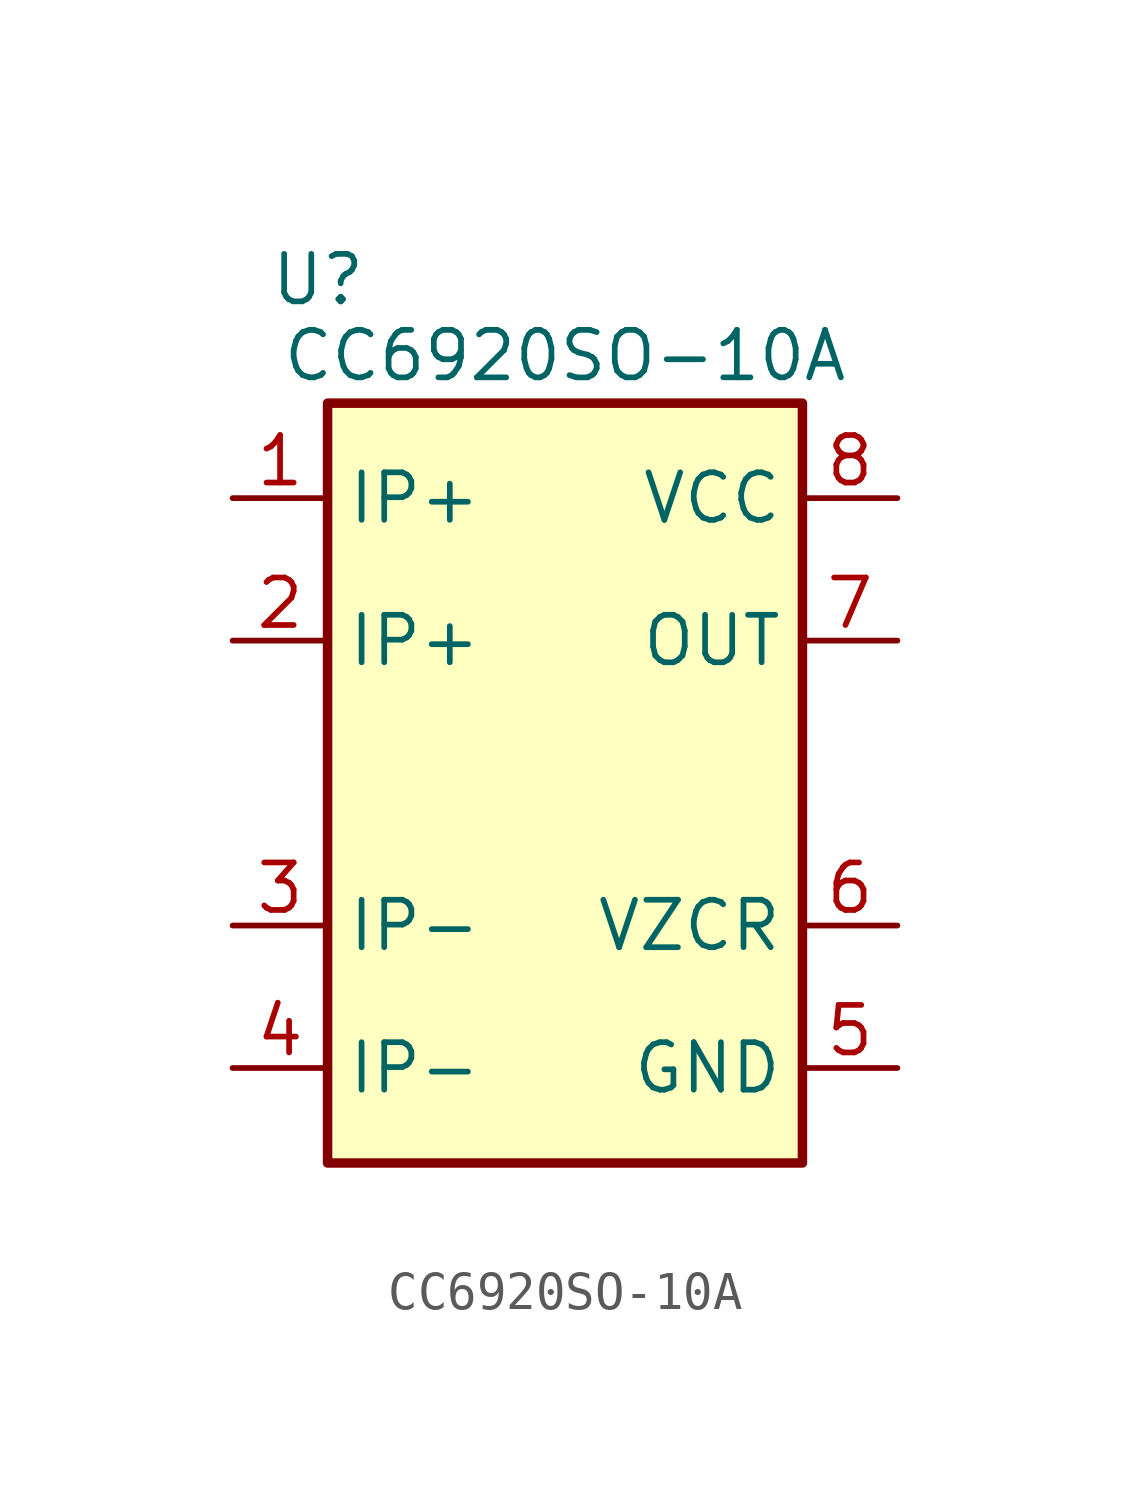
<source format=kicad_sym>
(kicad_symbol_lib
  (version 20241209)
  (generator "kicad_symbol_editor")
  (generator_version "9.0")
  (symbol "CC6920SO-10A"
    (property "Reference" "U"
      (at -6.35 12.7 0)
      (effects (font (size 1.27 1.27))))
    (property "Value" "CC6920SO-10A"
      (at 0.254 10.668 0)
      (effects (font (size 1.27 1.27))))
    (symbol "CC6920SO-10A_0_1"
      (rectangle (start -6.096 9.398) (end 6.604 -10.922) (stroke (width 0.254) (type default)) (fill (type background))))
    (symbol "CC6920SO-10A_1_1"
      (pin input line (at -8.636 6.858 0) (length 2.54) (name "IP+" (effects (font (size 1.27 1.27)))) (number "1" (effects (font (size 1.27 1.27)))))
      (pin input line (at -8.636 3.048 0) (length 2.54) (name "IP+" (effects (font (size 1.27 1.27)))) (number "2" (effects (font (size 1.27 1.27)))))
      (pin input line (at -8.636 -4.572 0) (length 2.54) (name "IP-" (effects (font (size 1.27 1.27)))) (number "3" (effects (font (size 1.27 1.27)))))
      (pin input line (at -8.636 -8.382 0) (length 2.54) (name "IP-" (effects (font (size 1.27 1.27)))) (number "4" (effects (font (size 1.27 1.27)))))
      (pin power_in line (at 9.144 6.858 180) (length 2.54) (name "VCC" (effects (font (size 1.27 1.27)))) (number "8" (effects (font (size 1.27 1.27)))))
      (pin output line (at 9.144 3.048 180) (length 2.54) (name "OUT" (effects (font (size 1.27 1.27)))) (number "7" (effects (font (size 1.27 1.27)))))
      (pin power_out line (at 9.144 -4.572 180) (length 2.54) (name "VZCR" (effects (font (size 1.27 1.27)))) (number "6" (effects (font (size 1.27 1.27)))))
      (pin power_in line (at 9.144 -8.382 180) (length 2.54) (name "GND" (effects (font (size 1.27 1.27)))) (number "5" (effects (font (size 1.27 1.27))))))))
</source>
